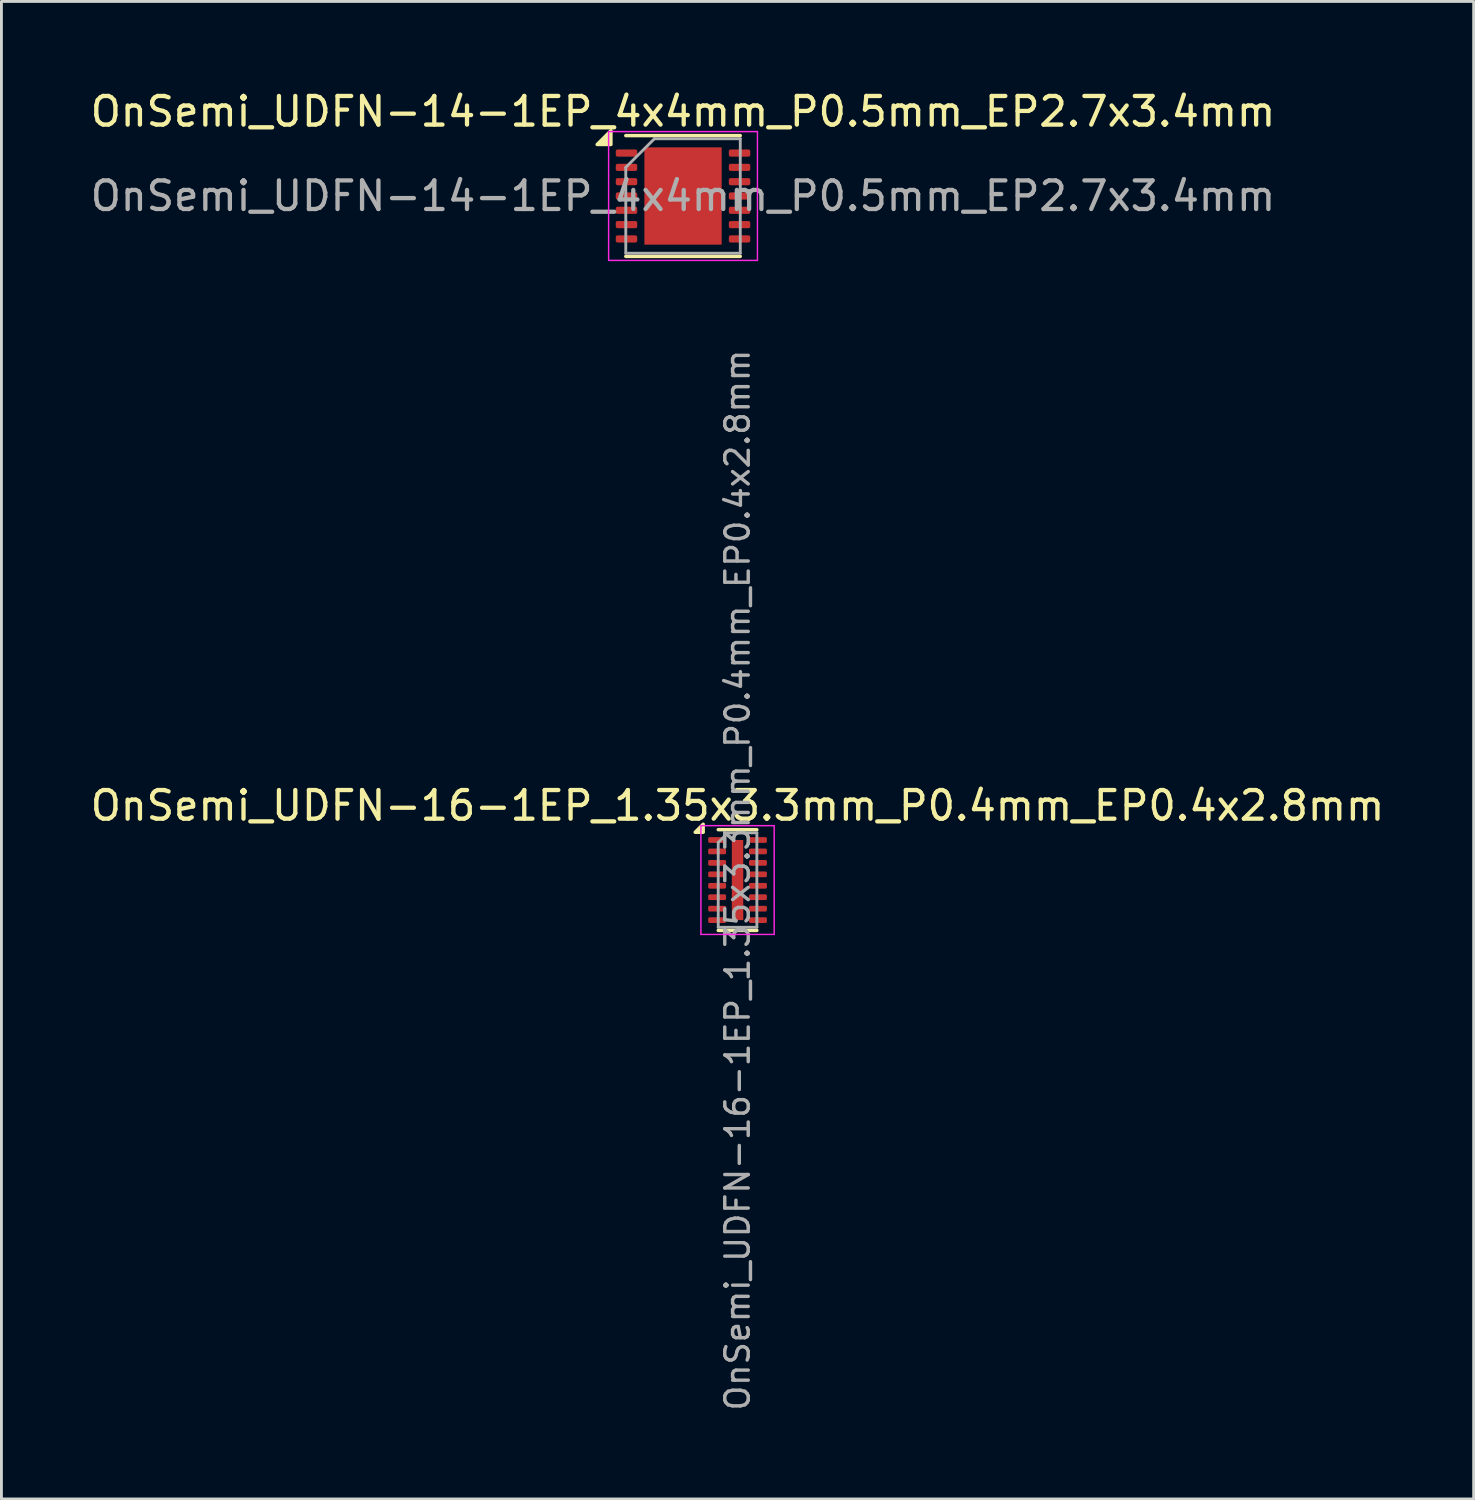
<source format=kicad_pcb>
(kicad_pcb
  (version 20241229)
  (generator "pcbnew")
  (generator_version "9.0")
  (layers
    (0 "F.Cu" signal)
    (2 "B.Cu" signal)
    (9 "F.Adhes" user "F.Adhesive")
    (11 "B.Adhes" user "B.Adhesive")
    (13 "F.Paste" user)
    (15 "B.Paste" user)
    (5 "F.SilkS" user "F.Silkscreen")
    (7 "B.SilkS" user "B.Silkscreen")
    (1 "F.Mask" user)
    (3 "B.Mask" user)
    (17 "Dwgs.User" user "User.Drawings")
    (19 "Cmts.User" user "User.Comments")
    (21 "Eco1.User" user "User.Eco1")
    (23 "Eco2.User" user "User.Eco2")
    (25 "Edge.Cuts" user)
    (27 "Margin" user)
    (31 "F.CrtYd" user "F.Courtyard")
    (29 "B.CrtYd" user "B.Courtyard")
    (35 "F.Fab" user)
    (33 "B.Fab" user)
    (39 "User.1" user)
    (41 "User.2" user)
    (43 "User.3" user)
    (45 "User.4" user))
  (footprint "OnSemi_UDFN-14-1EP_4x4mm_P0.5mm_EP2.7x3.4mm"
    (layer "F.Cu")
    (at 20.815 3.798)
    (property "Reference" "OnSemi_UDFN-14-1EP_4x4mm_P0.5mm_EP2.7x3.4mm" (at 0 -2.95 0) (layer "F.SilkS") (effects (font (size 1 1) (thickness 0.15))))
    (attr smd)
    (fp_line (start -2 -2.11) (end 2 -2.11) (stroke (width 0.12) (type solid)) (layer "F.SilkS"))
    (fp_line (start -2 2.11) (end 2 2.11) (stroke (width 0.12) (type solid)) (layer "F.SilkS"))
    (fp_poly (pts (xy -2.52 -1.8) (xy -3 -1.8) (xy -2.52 -2.28) (xy -2.52 -1.8)) (stroke (width 0.12) (type solid)) (fill yes) (layer "F.SilkS"))
    (fp_line (start -2.6 -2.25) (end -2.6 2.25) (stroke (width 0.05) (type solid)) (layer "F.CrtYd"))
    (fp_line (start -2.6 2.25) (end 2.6 2.25) (stroke (width 0.05) (type solid)) (layer "F.CrtYd"))
    (fp_line (start 2.6 -2.25) (end -2.6 -2.25) (stroke (width 0.05) (type solid)) (layer "F.CrtYd"))
    (fp_line (start 2.6 2.25) (end 2.6 -2.25) (stroke (width 0.05) (type solid)) (layer "F.CrtYd"))
    (fp_line (start -2 -1) (end -1 -2) (stroke (width 0.1) (type solid)) (layer "F.Fab"))
    (fp_line (start -2 2) (end -2 -1) (stroke (width 0.1) (type solid)) (layer "F.Fab"))
    (fp_line (start -1 -2) (end 2 -2) (stroke (width 0.1) (type solid)) (layer "F.Fab"))
    (fp_line (start 2 -2) (end 2 2) (stroke (width 0.1) (type solid)) (layer "F.Fab"))
    (fp_line (start 2 2) (end -2 2) (stroke (width 0.1) (type solid)) (layer "F.Fab"))
    (fp_text user "${REFERENCE}" (at 0 0 0) (layer "F.Fab") (effects (font (size 1 1) (thickness 0.15))))
    (pad "" smd roundrect (at -0.9 -1.13) (size 0.73 0.91) (layers "F.Paste") (roundrect_rratio 0.25))
    (pad "" smd roundrect (at -0.9 0) (size 0.73 0.91) (layers "F.Paste") (roundrect_rratio 0.25))
    (pad "" smd roundrect (at -0.9 1.13) (size 0.73 0.91) (layers "F.Paste") (roundrect_rratio 0.25))
    (pad "" smd roundrect (at 0 -1.13) (size 0.73 0.91) (layers "F.Paste") (roundrect_rratio 0.25))
    (pad "" smd roundrect (at 0 0) (size 0.73 0.91) (layers "F.Paste") (roundrect_rratio 0.25))
    (pad "" smd roundrect (at 0 1.13) (size 0.73 0.91) (layers "F.Paste") (roundrect_rratio 0.25))
    (pad "" smd roundrect (at 0.9 -1.13) (size 0.73 0.91) (layers "F.Paste") (roundrect_rratio 0.25))
    (pad "" smd roundrect (at 0.9 0) (size 0.73 0.91) (layers "F.Paste") (roundrect_rratio 0.25))
    (pad "" smd roundrect (at 0.9 1.13) (size 0.73 0.91) (layers "F.Paste") (roundrect_rratio 0.25))
    (pad "1" smd roundrect (at -1.975 -1.5) (size 0.75 0.25) (layers "F.Cu" "F.Mask" "F.Paste") (roundrect_rratio 0.25))
    (pad "2" smd roundrect (at -1.975 -1) (size 0.75 0.25) (layers "F.Cu" "F.Mask" "F.Paste") (roundrect_rratio 0.25))
    (pad "3" smd roundrect (at -1.975 -0.5) (size 0.75 0.25) (layers "F.Cu" "F.Mask" "F.Paste") (roundrect_rratio 0.25))
    (pad "4" smd roundrect (at -1.975 0) (size 0.75 0.25) (layers "F.Cu" "F.Mask" "F.Paste") (roundrect_rratio 0.25))
    (pad "5" smd roundrect (at -1.975 0.5) (size 0.75 0.25) (layers "F.Cu" "F.Mask" "F.Paste") (roundrect_rratio 0.25))
    (pad "6" smd roundrect (at -1.975 1) (size 0.75 0.25) (layers "F.Cu" "F.Mask" "F.Paste") (roundrect_rratio 0.25))
    (pad "7" smd roundrect (at -1.975 1.5) (size 0.75 0.25) (layers "F.Cu" "F.Mask" "F.Paste") (roundrect_rratio 0.25))
    (pad "8" smd roundrect (at 1.975 1.5) (size 0.75 0.25) (layers "F.Cu" "F.Mask" "F.Paste") (roundrect_rratio 0.25))
    (pad "9" smd roundrect (at 1.975 1) (size 0.75 0.25) (layers "F.Cu" "F.Mask" "F.Paste") (roundrect_rratio 0.25))
    (pad "10" smd roundrect (at 1.975 0.5) (size 0.75 0.25) (layers "F.Cu" "F.Mask" "F.Paste") (roundrect_rratio 0.25))
    (pad "11" smd roundrect (at 1.975 0) (size 0.75 0.25) (layers "F.Cu" "F.Mask" "F.Paste") (roundrect_rratio 0.25))
    (pad "12" smd roundrect (at 1.975 -0.5) (size 0.75 0.25) (layers "F.Cu" "F.Mask" "F.Paste") (roundrect_rratio 0.25))
    (pad "13" smd roundrect (at 1.975 -1) (size 0.75 0.25) (layers "F.Cu" "F.Mask" "F.Paste") (roundrect_rratio 0.25))
    (pad "14" smd roundrect (at 1.975 -1.5) (size 0.75 0.25) (layers "F.Cu" "F.Mask" "F.Paste") (roundrect_rratio 0.25))
    (pad "15" smd rect (at 0 0) (size 2.7 3.4) (property pad_prop_heatsink) (layers "F.Cu" "F.Mask")))
  (footprint "OnSemi_UDFN-16-1EP_1.35x3.3mm_P0.4mm_EP0.4x2.8mm"
    (layer "F.Cu")
    (at 22.72 27.699)
    (property "Reference" "OnSemi_UDFN-16-1EP_1.35x3.3mm_P0.4mm_EP0.4x2.8mm" (at 0 -2.6 0) (layer "F.SilkS") (effects (font (size 1 1) (thickness 0.15))))
    (attr smd)
    (fp_line (start -0.675 -1.76) (end 0.675 -1.76) (stroke (width 0.12) (type solid)) (layer "F.SilkS"))
    (fp_line (start -0.675 1.76) (end 0.675 1.76) (stroke (width 0.12) (type solid)) (layer "F.SilkS"))
    (fp_poly (pts (xy -1.2 -1.67) (xy -1.48 -1.67) (xy -1.2 -1.95) (xy -1.2 -1.67)) (stroke (width 0.12) (type solid)) (fill yes) (layer "F.SilkS"))
    (fp_line (start -1.28 -1.9) (end -1.28 1.9) (stroke (width 0.05) (type solid)) (layer "F.CrtYd"))
    (fp_line (start -1.28 1.9) (end 1.28 1.9) (stroke (width 0.05) (type solid)) (layer "F.CrtYd"))
    (fp_line (start 1.28 -1.9) (end -1.28 -1.9) (stroke (width 0.05) (type solid)) (layer "F.CrtYd"))
    (fp_line (start 1.28 1.9) (end 1.28 -1.9) (stroke (width 0.05) (type solid)) (layer "F.CrtYd"))
    (fp_line (start -0.675 -1.312) (end -0.338 -1.65) (stroke (width 0.1) (type solid)) (layer "F.Fab"))
    (fp_line (start -0.675 1.65) (end -0.675 -1.312) (stroke (width 0.1) (type solid)) (layer "F.Fab"))
    (fp_line (start -0.338 -1.65) (end 0.675 -1.65) (stroke (width 0.1) (type solid)) (layer "F.Fab"))
    (fp_line (start 0.675 -1.65) (end 0.675 1.65) (stroke (width 0.1) (type solid)) (layer "F.Fab"))
    (fp_line (start 0.675 1.65) (end -0.675 1.65) (stroke (width 0.1) (type solid)) (layer "F.Fab"))
    (fp_text user "${REFERENCE}" (at 0 0 90) (layer "F.Fab") (effects (font (size 0.82 0.82) (thickness 0.12))))
    (pad "" smd roundrect (at 0 -0.93) (size 0.32 0.75) (layers "F.Paste") (roundrect_rratio 0.25))
    (pad "" smd roundrect (at 0 0) (size 0.32 0.75) (layers "F.Paste") (roundrect_rratio 0.25))
    (pad "" smd roundrect (at 0 0.93) (size 0.32 0.75) (layers "F.Paste") (roundrect_rratio 0.25))
    (pad "1" smd roundrect (at -0.713 -1.4) (size 0.625 0.2) (layers "F.Cu" "F.Mask" "F.Paste") (roundrect_rratio 0.25))
    (pad "2" smd roundrect (at -0.713 -1) (size 0.625 0.2) (layers "F.Cu" "F.Mask" "F.Paste") (roundrect_rratio 0.25))
    (pad "3" smd roundrect (at -0.713 -0.6) (size 0.625 0.2) (layers "F.Cu" "F.Mask" "F.Paste") (roundrect_rratio 0.25))
    (pad "4" smd roundrect (at -0.713 -0.2) (size 0.625 0.2) (layers "F.Cu" "F.Mask" "F.Paste") (roundrect_rratio 0.25))
    (pad "5" smd roundrect (at -0.713 0.2) (size 0.625 0.2) (layers "F.Cu" "F.Mask" "F.Paste") (roundrect_rratio 0.25))
    (pad "6" smd roundrect (at -0.713 0.6) (size 0.625 0.2) (layers "F.Cu" "F.Mask" "F.Paste") (roundrect_rratio 0.25))
    (pad "7" smd roundrect (at -0.713 1) (size 0.625 0.2) (layers "F.Cu" "F.Mask" "F.Paste") (roundrect_rratio 0.25))
    (pad "8" smd roundrect (at -0.713 1.4) (size 0.625 0.2) (layers "F.Cu" "F.Mask" "F.Paste") (roundrect_rratio 0.25))
    (pad "9" smd roundrect (at 0.713 1.4) (size 0.625 0.2) (layers "F.Cu" "F.Mask" "F.Paste") (roundrect_rratio 0.25))
    (pad "10" smd roundrect (at 0.713 1) (size 0.625 0.2) (layers "F.Cu" "F.Mask" "F.Paste") (roundrect_rratio 0.25))
    (pad "11" smd roundrect (at 0.713 0.6) (size 0.625 0.2) (layers "F.Cu" "F.Mask" "F.Paste") (roundrect_rratio 0.25))
    (pad "12" smd roundrect (at 0.713 0.2) (size 0.625 0.2) (layers "F.Cu" "F.Mask" "F.Paste") (roundrect_rratio 0.25))
    (pad "13" smd roundrect (at 0.713 -0.2) (size 0.625 0.2) (layers "F.Cu" "F.Mask" "F.Paste") (roundrect_rratio 0.25))
    (pad "14" smd roundrect (at 0.713 -0.6) (size 0.625 0.2) (layers "F.Cu" "F.Mask" "F.Paste") (roundrect_rratio 0.25))
    (pad "15" smd roundrect (at 0.713 -1) (size 0.625 0.2) (layers "F.Cu" "F.Mask" "F.Paste") (roundrect_rratio 0.25))
    (pad "16" smd roundrect (at 0.713 -1.4) (size 0.625 0.2) (layers "F.Cu" "F.Mask" "F.Paste") (roundrect_rratio 0.25))
    (pad "17" smd rect (at 0 0) (size 0.4 2.8) (property pad_prop_heatsink) (layers "F.Cu" "F.Mask")))
  (gr_rect
    (start -3 -3)
    (end 48.44 49.325)
    (stroke (width 0.1) (type default))
    (fill no)
    (layer "Edge.Cuts")))
</source>
